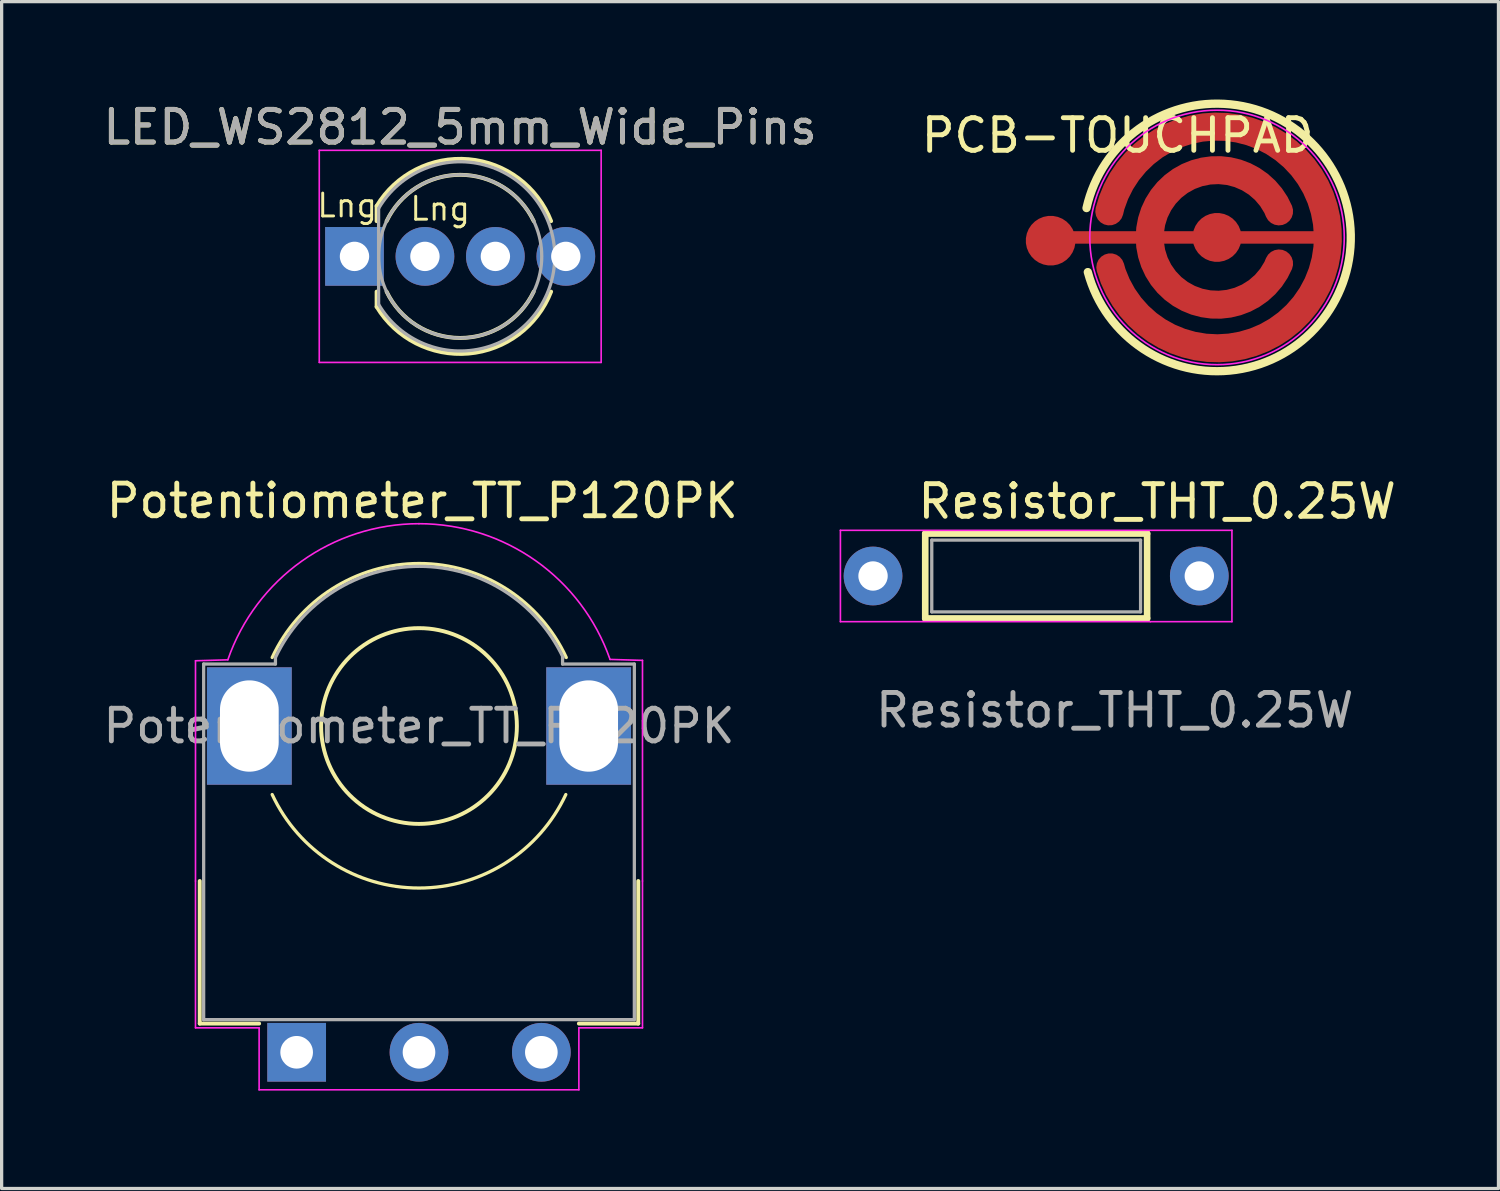
<source format=kicad_pcb>
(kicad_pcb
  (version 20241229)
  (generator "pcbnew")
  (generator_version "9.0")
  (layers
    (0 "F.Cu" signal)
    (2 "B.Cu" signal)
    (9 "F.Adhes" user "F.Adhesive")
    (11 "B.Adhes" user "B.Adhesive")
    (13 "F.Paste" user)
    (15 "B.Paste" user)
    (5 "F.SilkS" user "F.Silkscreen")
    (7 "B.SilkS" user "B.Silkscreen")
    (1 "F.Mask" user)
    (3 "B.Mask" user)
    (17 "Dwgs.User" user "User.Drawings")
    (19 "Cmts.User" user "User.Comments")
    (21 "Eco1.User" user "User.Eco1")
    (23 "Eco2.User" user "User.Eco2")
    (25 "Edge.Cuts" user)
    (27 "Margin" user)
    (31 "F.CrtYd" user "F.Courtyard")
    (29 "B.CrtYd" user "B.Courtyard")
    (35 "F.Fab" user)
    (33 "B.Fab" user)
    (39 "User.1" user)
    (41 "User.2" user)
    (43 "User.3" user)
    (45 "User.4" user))
  (footprint "PCB-TOUCHPAD"
    (layer "F.Cu")
    (at 34.251 4.227)
    (property "Reference" "PCB-TOUCHPAD" (at -9.144 -2.54 0) (unlocked yes) (layer "F.SilkS") (effects (font (size 1 1) (thickness 0.15)) (justify left bottom)))
    (fp_arc (start -4 -0.9) (mid 4.099147 -0.083645) (end -3.959956 1.062427) (stroke (width 0.254) (type default)) (layer "F.SilkS"))
    (fp_circle (center 0 0) (end 0 3.9) (stroke (width 0.05) (type default)) (fill no) (layer "F.CrtYd"))
    (pad "1" smd custom (at -5.1 0.1) (size 1.524 1.524) (layers "F.Cu" "F.Mask" "F.Paste") (options (anchor circle)) (primitives (gr_line (start 0 -0.1) (end 8.495 -0.1) (width 0.381)) (gr_arc (start 1.8 -0.9) (mid 8.495025 -0.16168) (end 1.831237 0.81934) (width 0.8636)) (gr_arc (start 6.999999 0.7) (mid 3.038448 -0.1) (end 6.999999 -0.9) (width 0.8636)) (gr_circle (center 5.1 -0.1) (end 5.8 -0.1) (width 0.1) (fill yes)))))
  (footprint "Potentiometer_TT_P120PK"
    (layer "F.Cu")
    (at 9.792 29.202)
    (property "Reference" "Potentiometer_TT_P120PK" (at 0.1 -16.9 0) (layer "F.SilkS") (effects (font (size 1 1) (thickness 0.15))))
    (attr through_hole)
    (fp_line (start -6.72 -5.25) (end -6.72 -0.88) (stroke (width 0.12) (type solid)) (layer "F.SilkS"))
    (fp_line (start -4.9 -0.88) (end -6.72 -0.88) (stroke (width 0.12) (type solid)) (layer "F.SilkS"))
    (fp_line (start 6.72 -5.25) (end 6.72 -0.88) (stroke (width 0.12) (type solid)) (layer "F.SilkS"))
    (fp_line (start 6.72 -0.88) (end 4.9 -0.88) (stroke (width 0.12) (type solid)) (layer "F.SilkS"))
    (fp_arc (start -4.499999 -12.1) (mid 0.007155 -14.981322) (end 4.51431 -12.1) (stroke (width 0.1) (type default)) (layer "F.SilkS"))
    (fp_arc (start 4.499999 -7.9) (mid 0 -5.034116) (end -4.499999 -7.9) (stroke (width 0.1) (type default)) (layer "F.SilkS"))
    (fp_circle (center 0 -10) (end 3 -10) (stroke (width 0.12) (type solid)) (fill no) (layer "F.SilkS"))
    (fp_line (start -6.85 -5.25) (end -6.85 -12) (stroke (width 0.05) (type solid)) (layer "F.CrtYd"))
    (fp_line (start -6.85 -0.75) (end -6.85 -5.25) (stroke (width 0.05) (type solid)) (layer "F.CrtYd"))
    (fp_line (start -5.859 -12.029) (end -6.85 -12) (stroke (width 0.05) (type default)) (layer "F.CrtYd"))
    (fp_line (start -4.9 -0.75) (end -6.85 -0.75) (stroke (width 0.05) (type solid)) (layer "F.CrtYd"))
    (fp_line (start -4.9 1.15) (end -4.9 -0.75) (stroke (width 0.05) (type solid)) (layer "F.CrtYd"))
    (fp_line (start 4.9 1.15) (end -4.9 1.15) (stroke (width 0.05) (type solid)) (layer "F.CrtYd"))
    (fp_line (start 4.9 1.15) (end 4.9 -0.75) (stroke (width 0.05) (type solid)) (layer "F.CrtYd"))
    (fp_line (start 5.855 -12.041) (end 6.85 -12.012) (stroke (width 0.05) (type default)) (layer "F.CrtYd"))
    (fp_line (start 6.85 -5.25) (end 6.85 -12.012) (stroke (width 0.05) (type solid)) (layer "F.CrtYd"))
    (fp_line (start 6.85 -0.75) (end 4.9 -0.75) (stroke (width 0.05) (type solid)) (layer "F.CrtYd"))
    (fp_line (start 6.85 -0.75) (end 6.85 -5.25) (stroke (width 0.05) (type solid)) (layer "F.CrtYd"))
    (fp_arc (start -5.859412 -12.029234) (mid -3.597404 -15.050661) (end -0.002578 -16.200846) (stroke (width 0.05) (type default)) (layer "F.CrtYd"))
    (fp_arc (start -0.002578 -16.200846) (mid 3.590239 -15.055758) (end 5.855333 -12.040976) (stroke (width 0.05) (type default)) (layer "F.CrtYd"))
    (fp_line (start -6.6 -11.9) (end -4.4 -11.9) (stroke (width 0.1) (type default)) (layer "F.Fab"))
    (fp_line (start -6.6 -1) (end -6.6 -11.9) (stroke (width 0.1) (type solid)) (layer "F.Fab"))
    (fp_line (start -4.4 -11.9) (end -4.4 -12.1) (stroke (width 0.1) (type default)) (layer "F.Fab"))
    (fp_line (start 4.4 -12.1) (end 4.4 -12.1) (stroke (width 0.1) (type default)) (layer "F.Fab"))
    (fp_line (start 4.4 -11.9) (end 4.4 -12.1) (stroke (width 0.1) (type default)) (layer "F.Fab"))
    (fp_line (start 4.4 -9.4) (end 4.418 -9.562) (stroke (width 0.1) (type default)) (layer "F.Fab"))
    (fp_line (start 6.6 -11.9) (end 4.4 -11.9) (stroke (width 0.1) (type default)) (layer "F.Fab"))
    (fp_line (start 6.6 -11.9) (end 6.6 -1) (stroke (width 0.1) (type solid)) (layer "F.Fab"))
    (fp_line (start 6.6 -1) (end -6.6 -1) (stroke (width 0.1) (type solid)) (layer "F.Fab"))
    (fp_arc (start -4.399999 -12.1) (mid 0.009025 -14.894524) (end 4.418049 -12.1) (stroke (width 0.1) (type default)) (layer "F.Fab"))
    (fp_text user "${REFERENCE}" (at 0 -10 0) (layer "F.Fab") (effects (font (size 1 1) (thickness 0.15))))
    (pad "1" thru_hole rect (at -3.75 0) (size 1.8 1.8) (drill 1) (layers "*.Cu" "*.Mask"))
    (pad "2" thru_hole circle (at 0 0) (size 1.8 1.8) (drill 1) (layers "*.Cu" "*.Mask"))
    (pad "3" thru_hole circle (at 3.75 0) (size 1.8 1.8) (drill 1) (layers "*.Cu" "*.Mask"))
    (pad "GND" thru_hole rect (at -5.2 -10) (size 2.6 3.6) (drill oval 1.8 2.8) (layers "*.Cu" "*.Mask"))
    (pad "GND" thru_hole rect (at 5.2 -10) (size 2.6 3.6) (drill oval 1.8 2.8) (layers "*.Cu" "*.Mask")))
  (footprint "LED_WS2812_5mm_Wide_Pins"
    (layer "F.Cu")
    (at 7.815 4.808)
    (property "Reference" "LED_WS2812_5mm_Wide_Pins" (at 3.239 -3.96 0) (layer "F.SilkS") (effects (font (size 1 1) (thickness 0.15))))
    (attr through_hole)
    (fp_line (start 0.678 -1.545) (end 0.678 -1.08) (stroke (width 0.12) (type solid)) (layer "F.SilkS"))
    (fp_line (start 0.678 1.08) (end 0.678 1.545) (stroke (width 0.12) (type solid)) (layer "F.SilkS"))
    (fp_arc (start 0.6785 -1.54483) (mid 3.496956 -2.978809) (end 6.026315 -1.080827) (stroke (width 0.12) (type solid)) (layer "F.SilkS"))
    (fp_arc (start 0.983816 -1.08) (mid 3.238262 -2.5) (end 5.492979 -1.080429) (stroke (width 0.12) (type solid)) (layer "F.SilkS"))
    (fp_arc (start 5.492979 1.080429) (mid 3.238262 2.5) (end 0.983816 1.08) (stroke (width 0.12) (type solid)) (layer "F.SilkS"))
    (fp_arc (start 6.026315 1.080827) (mid 3.496956 2.978808) (end 0.6785 1.54483) (stroke (width 0.12) (type solid)) (layer "F.SilkS"))
    (fp_line (start -1.08 -3.25) (end -1.08 3.25) (stroke (width 0.05) (type solid)) (layer "F.CrtYd"))
    (fp_line (start -1.08 3.25) (end 7.56 3.25) (stroke (width 0.05) (type solid)) (layer "F.CrtYd"))
    (fp_line (start 7.56 -3.25) (end -1.08 -3.25) (stroke (width 0.05) (type solid)) (layer "F.CrtYd"))
    (fp_line (start 7.56 3.25) (end 7.56 -3.25) (stroke (width 0.05) (type solid)) (layer "F.CrtYd"))
    (fp_line (start 0.739 -1.47) (end 0.739 1.47) (stroke (width 0.1) (type solid)) (layer "F.Fab"))
    (fp_arc (start 0.7385 -1.469694) (mid 6.1385 0.000016) (end 0.738484 1.469666) (stroke (width 0.1) (type solid)) (layer "F.Fab"))
    (fp_circle (center 3.239 0) (end 5.739 0) (stroke (width 0.1) (type solid)) (fill no) (layer "F.Fab"))
    (fp_text user "Lng" (at 1.65 -1.05 0) (unlocked yes) (layer "F.SilkS") (effects (font (size 0.7 0.7) (thickness 0.09)) (justify left bottom)))
    (fp_text user "Lng" (at -1.2 -1.15 0) (unlocked yes) (layer "F.SilkS") (effects (font (size 0.7 0.7) (thickness 0.09)) (justify left bottom)))
    (fp_text user "${REFERENCE}" (at 3.239 -3.96 0) (layer "F.Fab") (effects (font (size 1 1) (thickness 0.15))))
    (pad "1" thru_hole circle (at 6.477 0) (size 1.8 1.8) (drill 0.9) (layers "*.Cu" "*.Mask"))
    (pad "2" thru_hole circle (at 4.318 0) (size 1.8 1.8) (drill 0.9) (layers "*.Cu" "*.Mask"))
    (pad "3" thru_hole circle (at 2.159 0) (size 1.8 1.8) (drill 0.9) (layers "*.Cu" "*.Mask"))
    (pad "4" thru_hole rect (at 0 0) (size 1.8 1.8) (drill 0.9) (layers "*.Cu" "*.Mask")))
  (footprint "Resistor_THT_0.25W"
    (layer "F.Cu")
    (at 28.708 14.604)
    (property "Reference" "Resistor_THT_0.25W" (at -3.7 -1.7 0) (unlocked yes) (layer "F.SilkS") (effects (font (size 1 1) (thickness 0.15)) (justify left bottom)))
    (fp_line (start -3.4 -1.3) (end 3.4 -1.3) (stroke (width 0.203) (type solid)) (layer "F.SilkS"))
    (fp_line (start -3.4 1.3) (end -3.4 -1.3) (stroke (width 0.203) (type solid)) (layer "F.SilkS"))
    (fp_line (start 3.4 -1.3) (end 3.4 1.3) (stroke (width 0.203) (type solid)) (layer "F.SilkS"))
    (fp_line (start 3.4 1.3) (end -3.4 1.3) (stroke (width 0.203) (type solid)) (layer "F.SilkS"))
    (fp_line (start -6 -1.4) (end -6 1.4) (stroke (width 0.05) (type default)) (layer "F.CrtYd"))
    (fp_line (start -6 1.4) (end 3.5 1.4) (stroke (width 0.05) (type default)) (layer "F.CrtYd"))
    (fp_line (start 3.5 1.4) (end 6 1.4) (stroke (width 0.05) (type default)) (layer "F.CrtYd"))
    (fp_line (start 6 -1.4) (end -6 -1.4) (stroke (width 0.05) (type default)) (layer "F.CrtYd"))
    (fp_line (start 6 1.4) (end 6 -1.4) (stroke (width 0.05) (type default)) (layer "F.CrtYd"))
    (fp_line (start -3.2 -1.1) (end 3.2 -1.1) (stroke (width 0.1) (type default)) (layer "F.Fab"))
    (fp_line (start -3.2 1.1) (end -3.2 -1.1) (stroke (width 0.1) (type default)) (layer "F.Fab"))
    (fp_line (start 3.2 -1.1) (end 3.2 1.1) (stroke (width 0.1) (type default)) (layer "F.Fab"))
    (fp_line (start 3.2 1.1) (end -3.2 1.1) (stroke (width 0.1) (type default)) (layer "F.Fab"))
    (fp_text user "${REFERENCE}" (at -5 4.7 0) (unlocked yes) (layer "F.Fab") (effects (font (size 1 1) (thickness 0.15)) (justify left bottom)))
    (pad "P$1" thru_hole circle (at -5 0) (size 1.8 1.8) (drill 0.9) (layers "*.Cu" "*.Mask"))
    (pad "P$2" thru_hole circle (at 5 0) (size 1.8 1.8) (drill 0.9) (layers "*.Cu" "*.Mask")))
  (gr_rect
    (start -3 -3)
    (end 42.877 33.377)
    (stroke (width 0.1) (type default))
    (fill no)
    (layer "Edge.Cuts")))
</source>
